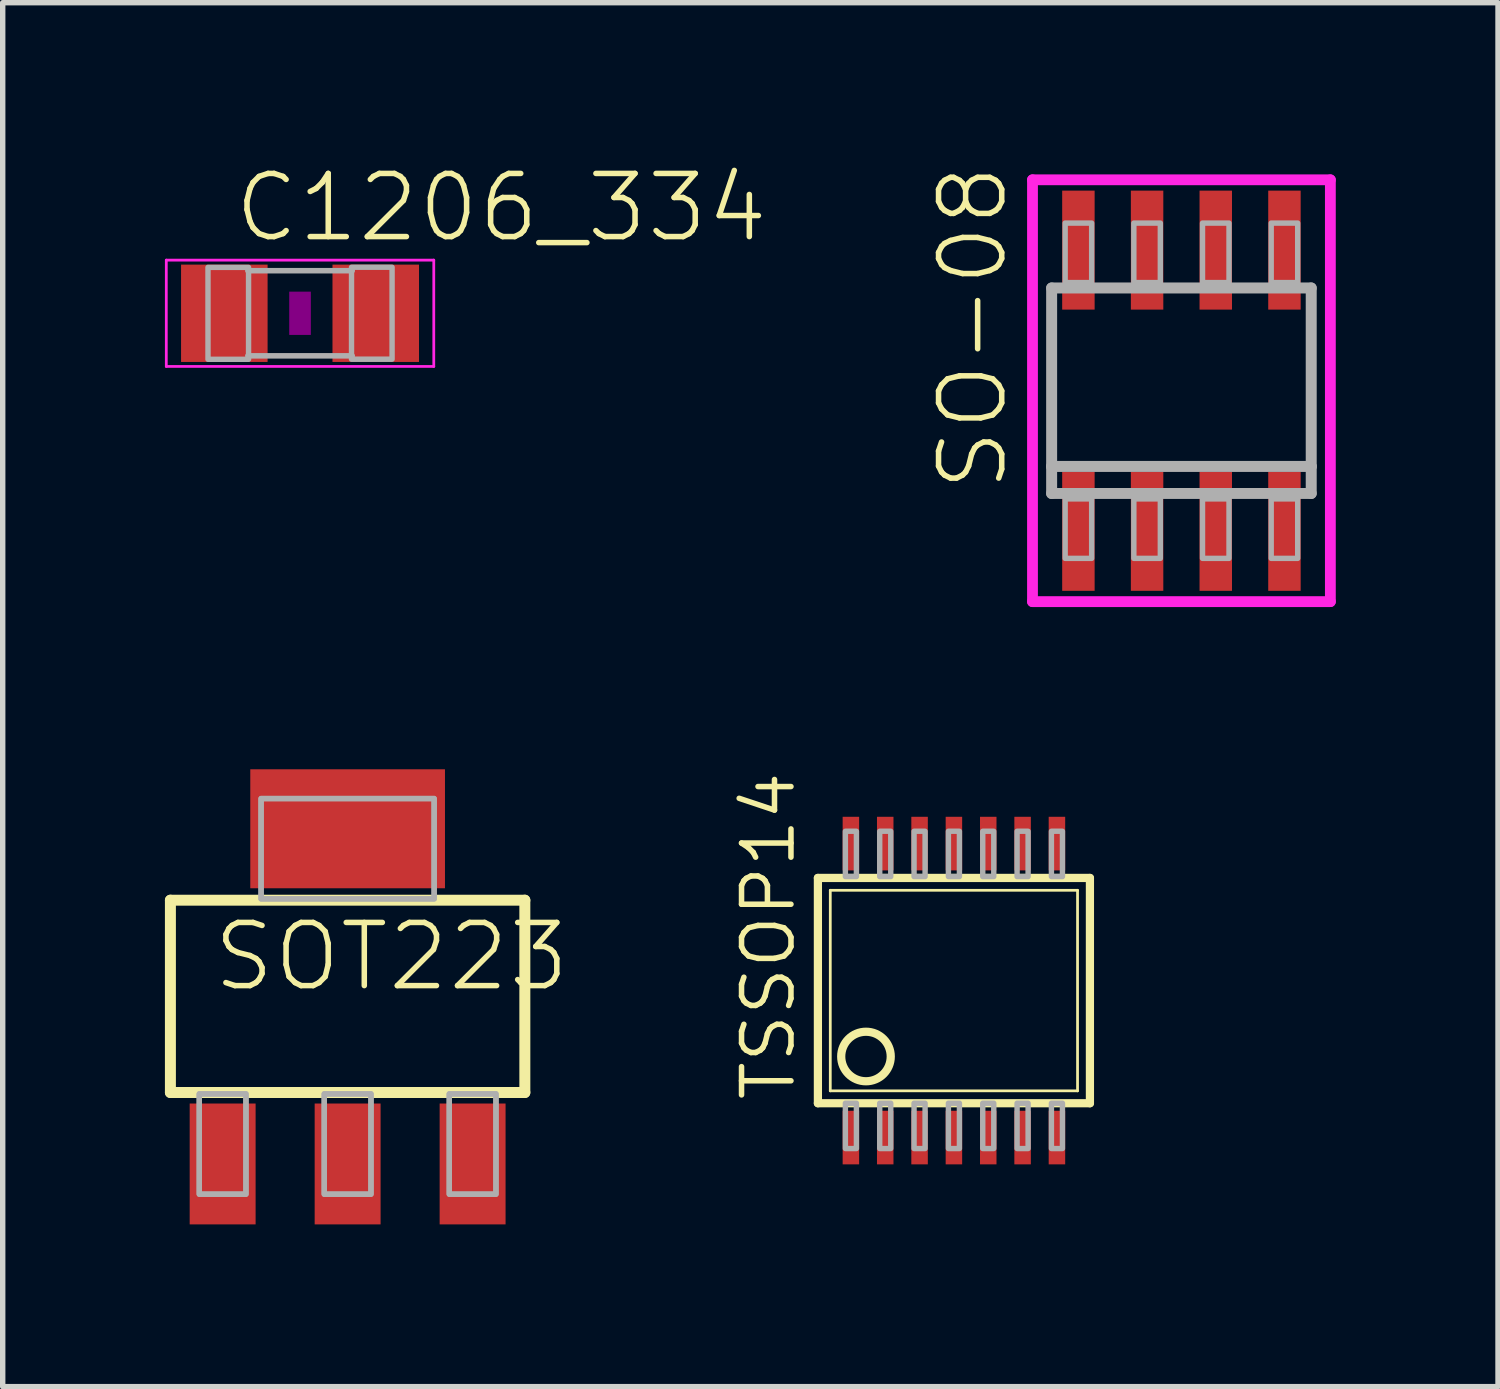
<source format=kicad_pcb>
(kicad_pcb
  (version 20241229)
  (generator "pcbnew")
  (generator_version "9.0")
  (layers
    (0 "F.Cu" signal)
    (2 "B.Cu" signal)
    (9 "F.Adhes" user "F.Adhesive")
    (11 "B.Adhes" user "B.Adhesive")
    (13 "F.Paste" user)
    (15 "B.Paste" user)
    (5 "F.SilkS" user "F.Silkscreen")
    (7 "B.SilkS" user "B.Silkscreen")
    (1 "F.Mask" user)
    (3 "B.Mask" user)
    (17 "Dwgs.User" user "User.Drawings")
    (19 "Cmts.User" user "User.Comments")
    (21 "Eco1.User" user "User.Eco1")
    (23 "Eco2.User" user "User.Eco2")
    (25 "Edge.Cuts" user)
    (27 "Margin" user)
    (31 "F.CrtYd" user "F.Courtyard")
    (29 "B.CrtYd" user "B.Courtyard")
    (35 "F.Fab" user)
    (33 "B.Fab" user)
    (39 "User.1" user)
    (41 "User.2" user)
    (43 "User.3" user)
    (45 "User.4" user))
  (footprint "TSSOP14"
    (layer "F.Cu")
    (at 14.589 15.267)
    (property "Reference" "TSSOP14" (at -2.896 2.083 90) (unlocked yes) (layer "F.SilkS") (effects (font (size 0.914 0.914) (thickness 0.102)) (justify left bottom)))
    (fp_line (start -2.515 2.083) (end -2.515 -2.083) (stroke (width 0.152) (type solid)) (layer "F.SilkS"))
    (fp_line (start -2.515 2.083) (end 2.515 2.083) (stroke (width 0.152) (type solid)) (layer "F.SilkS"))
    (fp_line (start -2.286 1.854) (end -2.286 -1.854) (stroke (width 0.051) (type solid)) (layer "F.SilkS"))
    (fp_line (start -2.286 1.854) (end 2.286 1.854) (stroke (width 0.051) (type solid)) (layer "F.SilkS"))
    (fp_line (start 2.286 -1.854) (end -2.286 -1.854) (stroke (width 0.051) (type solid)) (layer "F.SilkS"))
    (fp_line (start 2.286 -1.854) (end 2.286 1.854) (stroke (width 0.051) (type solid)) (layer "F.SilkS"))
    (fp_line (start 2.515 -2.083) (end -2.515 -2.083) (stroke (width 0.152) (type solid)) (layer "F.SilkS"))
    (fp_line (start 2.515 -2.083) (end 2.515 2.083) (stroke (width 0.152) (type solid)) (layer "F.SilkS"))
    (fp_circle (center -1.626 1.219) (end -1.168 1.219) (stroke (width 0.152) (type solid)) (fill no) (layer "F.SilkS"))
    (fp_poly (pts (xy -2.007 -2.108) (xy -1.803 -2.108) (xy -1.803 -2.946) (xy -2.007 -2.946)) (stroke (width 0.1) (type default)) (fill no) (layer "F.Fab"))
    (fp_poly (pts (xy -2.007 2.921) (xy -1.803 2.921) (xy -1.803 2.083) (xy -2.007 2.083)) (stroke (width 0.1) (type default)) (fill no) (layer "F.Fab"))
    (fp_poly (pts (xy -1.372 -2.108) (xy -1.168 -2.108) (xy -1.168 -2.946) (xy -1.372 -2.946)) (stroke (width 0.1) (type default)) (fill no) (layer "F.Fab"))
    (fp_poly (pts (xy -1.372 2.921) (xy -1.168 2.921) (xy -1.168 2.083) (xy -1.372 2.083)) (stroke (width 0.1) (type default)) (fill no) (layer "F.Fab"))
    (fp_poly (pts (xy -0.737 -2.108) (xy -0.533 -2.108) (xy -0.533 -2.946) (xy -0.737 -2.946)) (stroke (width 0.1) (type default)) (fill no) (layer "F.Fab"))
    (fp_poly (pts (xy -0.737 2.921) (xy -0.533 2.921) (xy -0.533 2.083) (xy -0.737 2.083)) (stroke (width 0.1) (type default)) (fill no) (layer "F.Fab"))
    (fp_poly (pts (xy -0.102 -2.108) (xy 0.102 -2.108) (xy 0.102 -2.946) (xy -0.102 -2.946)) (stroke (width 0.1) (type default)) (fill no) (layer "F.Fab"))
    (fp_poly (pts (xy -0.102 2.921) (xy 0.102 2.921) (xy 0.102 2.083) (xy -0.102 2.083)) (stroke (width 0.1) (type default)) (fill no) (layer "F.Fab"))
    (fp_poly (pts (xy 0.533 -2.108) (xy 0.737 -2.108) (xy 0.737 -2.946) (xy 0.533 -2.946)) (stroke (width 0.1) (type default)) (fill no) (layer "F.Fab"))
    (fp_poly (pts (xy 0.533 2.921) (xy 0.737 2.921) (xy 0.737 2.083) (xy 0.533 2.083)) (stroke (width 0.1) (type default)) (fill no) (layer "F.Fab"))
    (fp_poly (pts (xy 1.168 -2.108) (xy 1.372 -2.108) (xy 1.372 -2.946) (xy 1.168 -2.946)) (stroke (width 0.1) (type default)) (fill no) (layer "F.Fab"))
    (fp_poly (pts (xy 1.168 2.921) (xy 1.372 2.921) (xy 1.372 2.083) (xy 1.168 2.083)) (stroke (width 0.1) (type default)) (fill no) (layer "F.Fab"))
    (fp_poly (pts (xy 1.803 -2.108) (xy 2.007 -2.108) (xy 2.007 -2.946) (xy 1.803 -2.946)) (stroke (width 0.1) (type default)) (fill no) (layer "F.Fab"))
    (fp_poly (pts (xy 1.803 2.921) (xy 2.007 2.921) (xy 2.007 2.083) (xy 1.803 2.083)) (stroke (width 0.1) (type default)) (fill no) (layer "F.Fab"))
    (pad "1" smd rect (at -1.905 2.718) (size 0.305 0.991) (layers "F.Cu" "F.Mask" "F.Paste"))
    (pad "2" smd rect (at -1.27 2.718) (size 0.305 0.991) (layers "F.Cu" "F.Mask" "F.Paste"))
    (pad "3" smd rect (at -0.635 2.718) (size 0.305 0.991) (layers "F.Cu" "F.Mask" "F.Paste"))
    (pad "4" smd rect (at 0 2.718) (size 0.305 0.991) (layers "F.Cu" "F.Mask" "F.Paste"))
    (pad "5" smd rect (at 0.635 2.718) (size 0.305 0.991) (layers "F.Cu" "F.Mask" "F.Paste"))
    (pad "6" smd rect (at 1.27 2.718) (size 0.305 0.991) (layers "F.Cu" "F.Mask" "F.Paste"))
    (pad "7" smd rect (at 1.905 2.718) (size 0.305 0.991) (layers "F.Cu" "F.Mask" "F.Paste"))
    (pad "8" smd rect (at 1.905 -2.718) (size 0.305 0.991) (layers "F.Cu" "F.Mask" "F.Paste"))
    (pad "9" smd rect (at 1.27 -2.718) (size 0.305 0.991) (layers "F.Cu" "F.Mask" "F.Paste"))
    (pad "10" smd rect (at 0.635 -2.718) (size 0.305 0.991) (layers "F.Cu" "F.Mask" "F.Paste"))
    (pad "11" smd rect (at 0 -2.718) (size 0.305 0.991) (layers "F.Cu" "F.Mask" "F.Paste"))
    (pad "12" smd rect (at -0.635 -2.718) (size 0.305 0.991) (layers "F.Cu" "F.Mask" "F.Paste"))
    (pad "13" smd rect (at -1.27 -2.718) (size 0.305 0.991) (layers "F.Cu" "F.Mask" "F.Paste"))
    (pad "14" smd rect (at -1.905 -2.718) (size 0.305 0.991) (layers "F.Cu" "F.Mask" "F.Paste")))
  (footprint "C1206_334"
    (layer "F.Cu")
    (at 2.498 2.743)
    (property "Reference" "C1206_334" (at -1.27 -1.27 0) (unlocked yes) (layer "F.SilkS") (effects (font (size 1.168 1.168) (thickness 0.102)) (justify left bottom)))
    (fp_poly (pts (xy -0.2 0.4) (xy 0.2 0.4) (xy 0.2 -0.4) (xy -0.2 -0.4)) (stroke (width 0) (type default)) (fill yes) (layer "F.Adhes"))
    (fp_line (start -2.473 -0.983) (end 2.473 -0.983) (stroke (width 0.051) (type solid)) (layer "F.CrtYd"))
    (fp_line (start -2.473 0.983) (end -2.473 -0.983) (stroke (width 0.051) (type solid)) (layer "F.CrtYd"))
    (fp_line (start 2.473 -0.983) (end 2.473 0.983) (stroke (width 0.051) (type solid)) (layer "F.CrtYd"))
    (fp_line (start 2.473 0.983) (end -2.473 0.983) (stroke (width 0.051) (type solid)) (layer "F.CrtYd"))
    (fp_line (start -0.965 -0.787) (end 0.965 -0.787) (stroke (width 0.102) (type solid)) (layer "F.Fab"))
    (fp_line (start -0.965 0.787) (end 0.965 0.787) (stroke (width 0.102) (type solid)) (layer "F.Fab"))
    (fp_poly (pts (xy -1.702 0.851) (xy -0.952 0.851) (xy -0.952 -0.849) (xy -1.702 -0.849)) (stroke (width 0.1) (type default)) (fill no) (layer "F.Fab"))
    (fp_poly (pts (xy 0.952 0.849) (xy 1.702 0.849) (xy 1.702 -0.851) (xy 0.952 -0.851)) (stroke (width 0.1) (type default)) (fill no) (layer "F.Fab"))
    (pad "1" smd rect (at -1.4 0) (size 1.6 1.8) (layers "F.Cu" "F.Mask" "F.Paste"))
    (pad "2" smd rect (at 1.4 0) (size 1.6 1.8) (layers "F.Cu" "F.Mask" "F.Paste")))
  (footprint "SOT223"
    (layer "F.Cu")
    (at 3.378 15.374)
    (property "Reference" "SOT223" (at -2.54 -0.051 0) (unlocked yes) (layer "F.SilkS") (effects (font (size 1.168 1.168) (thickness 0.102)) (justify left bottom)))
    (fp_line (start -3.277 -1.778) (end 3.277 -1.778) (stroke (width 0.203) (type solid)) (layer "F.SilkS"))
    (fp_line (start -3.277 1.778) (end -3.277 -1.778) (stroke (width 0.203) (type solid)) (layer "F.SilkS"))
    (fp_line (start 3.277 -1.778) (end 3.277 1.778) (stroke (width 0.203) (type solid)) (layer "F.SilkS"))
    (fp_line (start 3.277 1.778) (end -3.277 1.778) (stroke (width 0.203) (type solid)) (layer "F.SilkS"))
    (fp_poly (pts (xy -2.743 3.658) (xy -1.88 3.658) (xy -1.88 1.803) (xy -2.743 1.803)) (stroke (width 0.1) (type default)) (fill no) (layer "F.Fab"))
    (fp_poly (pts (xy -2.743 3.658) (xy -1.88 3.658) (xy -1.88 1.803) (xy -2.743 1.803)) (stroke (width 0.1) (type default)) (fill no) (layer "F.Fab"))
    (fp_poly (pts (xy -1.6 -1.803) (xy 1.6 -1.803) (xy 1.6 -3.658) (xy -1.6 -3.658)) (stroke (width 0.1) (type default)) (fill no) (layer "F.Fab"))
    (fp_poly (pts (xy -1.6 -1.803) (xy 1.6 -1.803) (xy 1.6 -3.658) (xy -1.6 -3.658)) (stroke (width 0.1) (type default)) (fill no) (layer "F.Fab"))
    (fp_poly (pts (xy -0.432 3.658) (xy 0.432 3.658) (xy 0.432 1.803) (xy -0.432 1.803)) (stroke (width 0.1) (type default)) (fill no) (layer "F.Fab"))
    (fp_poly (pts (xy -0.432 3.658) (xy 0.432 3.658) (xy 0.432 1.803) (xy -0.432 1.803)) (stroke (width 0.1) (type default)) (fill no) (layer "F.Fab"))
    (fp_poly (pts (xy 1.88 3.658) (xy 2.743 3.658) (xy 2.743 1.803) (xy 1.88 1.803)) (stroke (width 0.1) (type default)) (fill no) (layer "F.Fab"))
    (fp_poly (pts (xy 1.88 3.658) (xy 2.743 3.658) (xy 2.743 1.803) (xy 1.88 1.803)) (stroke (width 0.1) (type default)) (fill no) (layer "F.Fab"))
    (pad "1" smd rect (at -2.311 3.099) (size 1.219 2.235) (layers "F.Cu" "F.Mask" "F.Paste"))
    (pad "2" smd rect (at 0 3.099) (size 1.219 2.235) (layers "F.Cu" "F.Mask" "F.Paste"))
    (pad "3" smd rect (at 2.311 3.099) (size 1.219 2.235) (layers "F.Cu" "F.Mask" "F.Paste"))
    (pad "4" smd rect (at 0 -3.099) (size 3.6 2.2) (layers "F.Cu" "F.Mask" "F.Paste")))
  (footprint "SO-08"
    (layer "F.Cu")
    (at 18.796 4.175)
    (property "Reference" "SO-08" (at -3.175 1.905 90) (unlocked yes) (layer "F.SilkS") (effects (font (size 1.168 1.168) (thickness 0.102)) (justify left bottom)))
    (fp_line (start -2.754 -3.9) (end 2.754 -3.9) (stroke (width 0.2) (type solid)) (layer "F.CrtYd"))
    (fp_line (start -2.754 3.9) (end -2.754 -3.9) (stroke (width 0.2) (type solid)) (layer "F.CrtYd"))
    (fp_line (start 2.754 -3.9) (end 2.754 3.9) (stroke (width 0.2) (type solid)) (layer "F.CrtYd"))
    (fp_line (start 2.754 3.9) (end -2.754 3.9) (stroke (width 0.2) (type solid)) (layer "F.CrtYd"))
    (fp_line (start -2.4 -1.9) (end 2.4 -1.9) (stroke (width 0.203) (type solid)) (layer "F.Fab"))
    (fp_line (start -2.4 1.4) (end -2.4 -1.9) (stroke (width 0.203) (type solid)) (layer "F.Fab"))
    (fp_line (start -2.4 1.9) (end -2.4 1.4) (stroke (width 0.203) (type solid)) (layer "F.Fab"))
    (fp_line (start 2.4 -1.9) (end 2.4 1.4) (stroke (width 0.203) (type solid)) (layer "F.Fab"))
    (fp_line (start 2.4 1.4) (end -2.4 1.4) (stroke (width 0.203) (type solid)) (layer "F.Fab"))
    (fp_line (start 2.4 1.4) (end 2.4 1.9) (stroke (width 0.203) (type solid)) (layer "F.Fab"))
    (fp_line (start 2.4 1.9) (end -2.4 1.9) (stroke (width 0.203) (type solid)) (layer "F.Fab"))
    (fp_poly (pts (xy -2.15 -2) (xy -1.66 -2) (xy -1.66 -3.1) (xy -2.15 -3.1)) (stroke (width 0.1) (type default)) (fill no) (layer "F.Fab"))
    (fp_poly (pts (xy -2.15 3.1) (xy -1.66 3.1) (xy -1.66 2) (xy -2.15 2)) (stroke (width 0.1) (type default)) (fill no) (layer "F.Fab"))
    (fp_poly (pts (xy -0.88 -2) (xy -0.39 -2) (xy -0.39 -3.1) (xy -0.88 -3.1)) (stroke (width 0.1) (type default)) (fill no) (layer "F.Fab"))
    (fp_poly (pts (xy -0.88 3.1) (xy -0.39 3.1) (xy -0.39 2) (xy -0.88 2)) (stroke (width 0.1) (type default)) (fill no) (layer "F.Fab"))
    (fp_poly (pts (xy 0.39 -2) (xy 0.88 -2) (xy 0.88 -3.1) (xy 0.39 -3.1)) (stroke (width 0.1) (type default)) (fill no) (layer "F.Fab"))
    (fp_poly (pts (xy 0.39 3.1) (xy 0.88 3.1) (xy 0.88 2) (xy 0.39 2)) (stroke (width 0.1) (type default)) (fill no) (layer "F.Fab"))
    (fp_poly (pts (xy 1.66 -2) (xy 2.15 -2) (xy 2.15 -3.1) (xy 1.66 -3.1)) (stroke (width 0.1) (type default)) (fill no) (layer "F.Fab"))
    (fp_poly (pts (xy 1.66 3.1) (xy 2.15 3.1) (xy 2.15 2) (xy 1.66 2)) (stroke (width 0.1) (type default)) (fill no) (layer "F.Fab"))
    (pad "1" smd rect (at -1.905 2.6) (size 0.6 2.2) (layers "F.Cu" "F.Mask" "F.Paste"))
    (pad "2" smd rect (at -0.635 2.6) (size 0.6 2.2) (layers "F.Cu" "F.Mask" "F.Paste"))
    (pad "3" smd rect (at 0.635 2.6) (size 0.6 2.2) (layers "F.Cu" "F.Mask" "F.Paste"))
    (pad "4" smd rect (at 1.905 2.6) (size 0.6 2.2) (layers "F.Cu" "F.Mask" "F.Paste"))
    (pad "5" smd rect (at 1.905 -2.6) (size 0.6 2.2) (layers "F.Cu" "F.Mask" "F.Paste"))
    (pad "6" smd rect (at 0.635 -2.6) (size 0.6 2.2) (layers "F.Cu" "F.Mask" "F.Paste"))
    (pad "7" smd rect (at -0.635 -2.6) (size 0.6 2.2) (layers "F.Cu" "F.Mask" "F.Paste"))
    (pad "8" smd rect (at -1.905 -2.6) (size 0.6 2.2) (layers "F.Cu" "F.Mask" "F.Paste")))
  (gr_rect
    (start -3 -3)
    (end 24.65 22.59)
    (stroke (width 0.1) (type default))
    (fill no)
    (layer "Edge.Cuts")))
</source>
